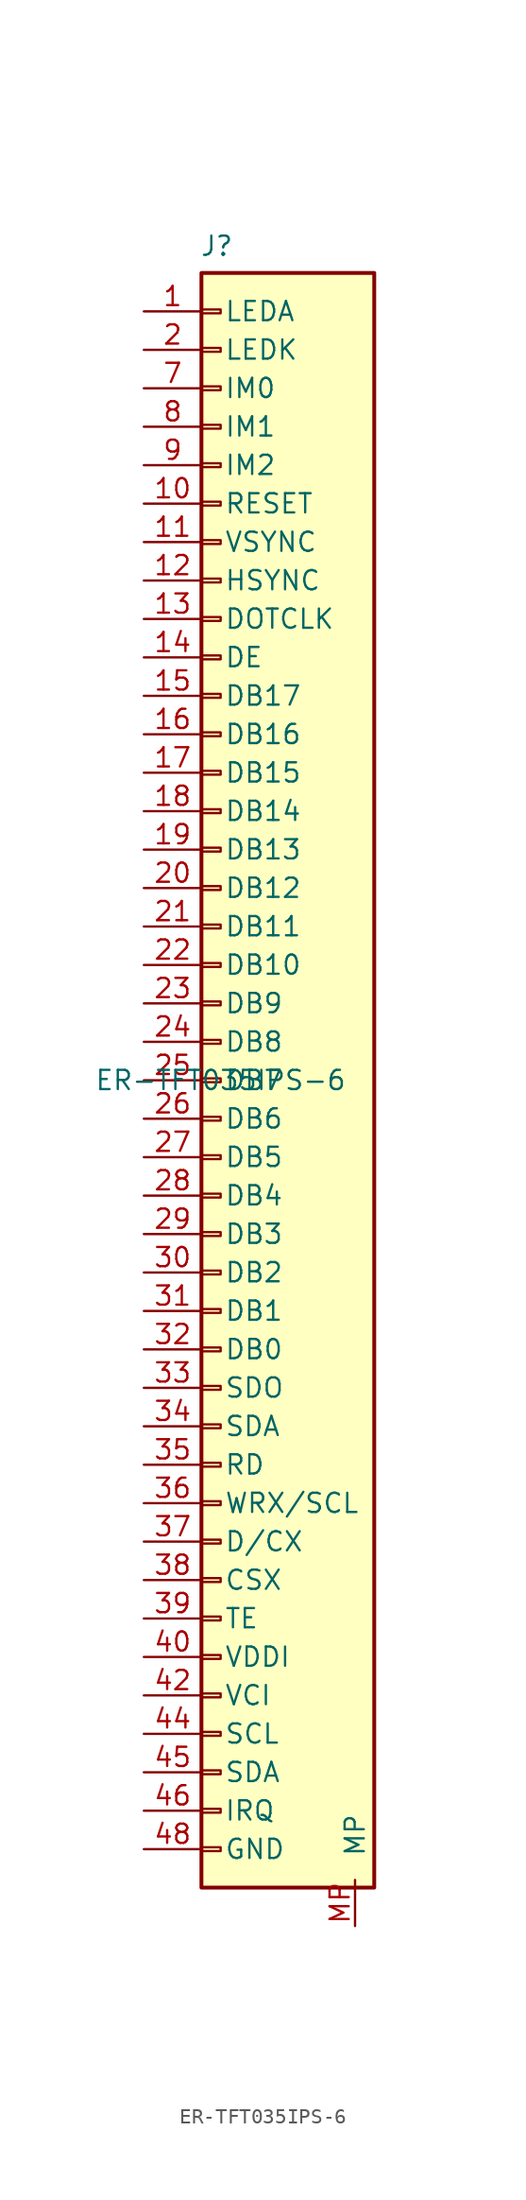
<source format=kicad_sym>
(kicad_symbol_lib
  (version 20241209)
  (generator "kicad_symbol_editor")
  (generator_version "9.0")
  (symbol "ER-TFT035IPS-6"
    (pin_names
      (offset 1.5))
    (property "Reference" "J"
      (at -2.794 55.118 0)
      (effects (font (size 1.27 1.27))))
    (property "Value" "ER-TFT035IPS-6"
      (at -2.54 0 0)
      (effects (font (size 1.27 1.27))))
    (symbol "ER-TFT035IPS-6_1_1"
      (rectangle (start -3.81 53.34) (end 7.62 -53.34) (stroke (width 0.254) (type default)) (fill (type background)))
      (rectangle (start -3.81 50.927) (end -2.54 50.673) (stroke (width 0.152) (type default)) (fill (type none)))
      (rectangle (start -3.81 48.387) (end -2.54 48.133) (stroke (width 0.152) (type default)) (fill (type none)))
      (rectangle (start -3.81 45.847) (end -2.54 45.593) (stroke (width 0.152) (type default)) (fill (type none)))
      (rectangle (start -3.81 43.307) (end -2.54 43.053) (stroke (width 0.152) (type default)) (fill (type none)))
      (rectangle (start -3.81 40.767) (end -2.54 40.513) (stroke (width 0.152) (type default)) (fill (type none)))
      (rectangle (start -3.81 38.227) (end -2.54 37.973) (stroke (width 0.152) (type default)) (fill (type none)))
      (rectangle (start -3.81 35.687) (end -2.54 35.433) (stroke (width 0.152) (type default)) (fill (type none)))
      (rectangle (start -3.81 33.147) (end -2.54 32.893) (stroke (width 0.152) (type default)) (fill (type none)))
      (rectangle (start -3.81 30.607) (end -2.54 30.353) (stroke (width 0.152) (type default)) (fill (type none)))
      (rectangle (start -3.81 28.067) (end -2.54 27.813) (stroke (width 0.152) (type default)) (fill (type none)))
      (rectangle (start -3.81 25.527) (end -2.54 25.273) (stroke (width 0.152) (type default)) (fill (type none)))
      (rectangle (start -3.81 22.987) (end -2.54 22.733) (stroke (width 0.152) (type default)) (fill (type none)))
      (rectangle (start -3.81 20.447) (end -2.54 20.193) (stroke (width 0.152) (type default)) (fill (type none)))
      (rectangle (start -3.81 17.907) (end -2.54 17.653) (stroke (width 0.152) (type default)) (fill (type none)))
      (rectangle (start -3.81 15.367) (end -2.54 15.113) (stroke (width 0.152) (type default)) (fill (type none)))
      (rectangle (start -3.81 12.827) (end -2.54 12.573) (stroke (width 0.152) (type default)) (fill (type none)))
      (rectangle (start -3.81 10.287) (end -2.54 10.033) (stroke (width 0.152) (type default)) (fill (type none)))
      (rectangle (start -3.81 7.747) (end -2.54 7.493) (stroke (width 0.152) (type default)) (fill (type none)))
      (rectangle (start -3.81 5.207) (end -2.54 4.953) (stroke (width 0.152) (type default)) (fill (type none)))
      (rectangle (start -3.81 2.667) (end -2.54 2.413) (stroke (width 0.152) (type default)) (fill (type none)))
      (rectangle (start -3.81 0.127) (end -2.54 -0.127) (stroke (width 0.152) (type default)) (fill (type none)))
      (rectangle (start -3.81 -2.413) (end -2.54 -2.667) (stroke (width 0.152) (type default)) (fill (type none)))
      (rectangle (start -3.81 -4.953) (end -2.54 -5.207) (stroke (width 0.152) (type default)) (fill (type none)))
      (rectangle (start -3.81 -7.493) (end -2.54 -7.747) (stroke (width 0.152) (type default)) (fill (type none)))
      (rectangle (start -3.81 -10.033) (end -2.54 -10.287) (stroke (width 0.152) (type default)) (fill (type none)))
      (rectangle (start -3.81 -12.573) (end -2.54 -12.827) (stroke (width 0.152) (type default)) (fill (type none)))
      (rectangle (start -3.81 -15.113) (end -2.54 -15.367) (stroke (width 0.152) (type default)) (fill (type none)))
      (rectangle (start -3.81 -17.653) (end -2.54 -17.907) (stroke (width 0.152) (type default)) (fill (type none)))
      (rectangle (start -3.81 -20.193) (end -2.54 -20.447) (stroke (width 0.152) (type default)) (fill (type none)))
      (rectangle (start -3.81 -22.733) (end -2.54 -22.987) (stroke (width 0.152) (type default)) (fill (type none)))
      (rectangle (start -3.81 -25.273) (end -2.54 -25.527) (stroke (width 0.152) (type default)) (fill (type none)))
      (rectangle (start -3.81 -27.813) (end -2.54 -28.067) (stroke (width 0.152) (type default)) (fill (type none)))
      (rectangle (start -3.81 -30.353) (end -2.54 -30.607) (stroke (width 0.152) (type default)) (fill (type none)))
      (rectangle (start -3.81 -32.893) (end -2.54 -33.147) (stroke (width 0.152) (type default)) (fill (type none)))
      (rectangle (start -3.81 -35.433) (end -2.54 -35.687) (stroke (width 0.152) (type default)) (fill (type none)))
      (rectangle (start -3.81 -37.973) (end -2.54 -38.227) (stroke (width 0.152) (type default)) (fill (type none)))
      (rectangle (start -3.81 -40.513) (end -2.54 -40.767) (stroke (width 0.152) (type default)) (fill (type none)))
      (rectangle (start -3.81 -43.053) (end -2.54 -43.307) (stroke (width 0.152) (type default)) (fill (type none)))
      (rectangle (start -3.81 -45.593) (end -2.54 -45.847) (stroke (width 0.152) (type default)) (fill (type none)))
      (rectangle (start -3.81 -48.133) (end -2.54 -48.387) (stroke (width 0.152) (type default)) (fill (type none)))
      (rectangle (start -3.81 -50.673) (end -2.54 -50.927) (stroke (width 0.152) (type default)) (fill (type none)))
      (pin passive line (at -7.62 50.8 0) (length 3.81) (name "LEDA" (effects (font (size 1.27 1.27)))) (number "1" (effects (font (size 1.27 1.27)))))
      (pin passive line (at -7.62 48.26 0) (length 3.81) (name "LEDK" (effects (font (size 1.27 1.27)))) (number "2" (effects (font (size 1.27 1.27)))))
      (pin passive line (at -7.62 48.26 0) (length 3.81) (hide yes) (name "LEDK" (effects (font (size 1.27 1.27)))) (number "3" (effects (font (size 1.27 1.27)))))
      (pin passive line (at -7.62 45.72 0) (length 3.81) (name "IM0" (effects (font (size 1.27 1.27)))) (number "7" (effects (font (size 1.27 1.27)))))
      (pin passive line (at -7.62 43.18 0) (length 3.81) (name "IM1" (effects (font (size 1.27 1.27)))) (number "8" (effects (font (size 1.27 1.27)))))
      (pin passive line (at -7.62 40.64 0) (length 3.81) (name "IM2" (effects (font (size 1.27 1.27)))) (number "9" (effects (font (size 1.27 1.27)))))
      (pin passive line (at -7.62 38.1 0) (length 3.81) (name "RESET" (effects (font (size 1.27 1.27)))) (number "10" (effects (font (size 1.27 1.27)))))
      (pin passive line (at -7.62 38.1 0) (length 3.81) (hide yes) (name "RST" (effects (font (size 1.27 1.27)))) (number "47" (effects (font (size 1.27 1.27)))))
      (pin passive line (at -7.62 35.56 0) (length 3.81) (name "VSYNC" (effects (font (size 1.27 1.27)))) (number "11" (effects (font (size 1.27 1.27)))))
      (pin passive line (at -7.62 33.02 0) (length 3.81) (name "HSYNC" (effects (font (size 1.27 1.27)))) (number "12" (effects (font (size 1.27 1.27)))))
      (pin passive line (at -7.62 30.48 0) (length 3.81) (name "DOTCLK" (effects (font (size 1.27 1.27)))) (number "13" (effects (font (size 1.27 1.27)))))
      (pin passive line (at -7.62 27.94 0) (length 3.81) (name "DE" (effects (font (size 1.27 1.27)))) (number "14" (effects (font (size 1.27 1.27)))))
      (pin passive line (at -7.62 25.4 0) (length 3.81) (name "DB17" (effects (font (size 1.27 1.27)))) (number "15" (effects (font (size 1.27 1.27)))))
      (pin passive line (at -7.62 22.86 0) (length 3.81) (name "DB16" (effects (font (size 1.27 1.27)))) (number "16" (effects (font (size 1.27 1.27)))))
      (pin passive line (at -7.62 20.32 0) (length 3.81) (name "DB15" (effects (font (size 1.27 1.27)))) (number "17" (effects (font (size 1.27 1.27)))))
      (pin passive line (at -7.62 17.78 0) (length 3.81) (name "DB14" (effects (font (size 1.27 1.27)))) (number "18" (effects (font (size 1.27 1.27)))))
      (pin passive line (at -7.62 15.24 0) (length 3.81) (name "DB13" (effects (font (size 1.27 1.27)))) (number "19" (effects (font (size 1.27 1.27)))))
      (pin passive line (at -7.62 12.7 0) (length 3.81) (name "DB12" (effects (font (size 1.27 1.27)))) (number "20" (effects (font (size 1.27 1.27)))))
      (pin passive line (at -7.62 10.16 0) (length 3.81) (name "DB11" (effects (font (size 1.27 1.27)))) (number "21" (effects (font (size 1.27 1.27)))))
      (pin passive line (at -7.62 7.62 0) (length 3.81) (name "DB10" (effects (font (size 1.27 1.27)))) (number "22" (effects (font (size 1.27 1.27)))))
      (pin passive line (at -7.62 5.08 0) (length 3.81) (name "DB9" (effects (font (size 1.27 1.27)))) (number "23" (effects (font (size 1.27 1.27)))))
      (pin passive line (at -7.62 2.54 0) (length 3.81) (name "DB8" (effects (font (size 1.27 1.27)))) (number "24" (effects (font (size 1.27 1.27)))))
      (pin passive line (at -7.62 0 0) (length 3.81) (name "DB7" (effects (font (size 1.27 1.27)))) (number "25" (effects (font (size 1.27 1.27)))))
      (pin passive line (at -7.62 -2.54 0) (length 3.81) (name "DB6" (effects (font (size 1.27 1.27)))) (number "26" (effects (font (size 1.27 1.27)))))
      (pin passive line (at -7.62 -5.08 0) (length 3.81) (name "DB5" (effects (font (size 1.27 1.27)))) (number "27" (effects (font (size 1.27 1.27)))))
      (pin passive line (at -7.62 -7.62 0) (length 3.81) (name "DB4" (effects (font (size 1.27 1.27)))) (number "28" (effects (font (size 1.27 1.27)))))
      (pin passive line (at -7.62 -10.16 0) (length 3.81) (name "DB3" (effects (font (size 1.27 1.27)))) (number "29" (effects (font (size 1.27 1.27)))))
      (pin passive line (at -7.62 -12.7 0) (length 3.81) (name "DB2" (effects (font (size 1.27 1.27)))) (number "30" (effects (font (size 1.27 1.27)))))
      (pin passive line (at -7.62 -15.24 0) (length 3.81) (name "DB1" (effects (font (size 1.27 1.27)))) (number "31" (effects (font (size 1.27 1.27)))))
      (pin passive line (at -7.62 -17.78 0) (length 3.81) (name "DB0" (effects (font (size 1.27 1.27)))) (number "32" (effects (font (size 1.27 1.27)))))
      (pin passive line (at -7.62 -20.32 0) (length 3.81) (name "SDO" (effects (font (size 1.27 1.27)))) (number "33" (effects (font (size 1.27 1.27)))))
      (pin passive line (at -7.62 -22.86 0) (length 3.81) (name "SDA" (effects (font (size 1.27 1.27)))) (number "34" (effects (font (size 1.27 1.27)))))
      (pin passive line (at -7.62 -25.4 0) (length 3.81) (name "RD" (effects (font (size 1.27 1.27)))) (number "35" (effects (font (size 1.27 1.27)))))
      (pin passive line (at -7.62 -27.94 0) (length 3.81) (name "WRX/SCL" (effects (font (size 1.27 1.27)))) (number "36" (effects (font (size 1.27 1.27)))))
      (pin passive line (at -7.62 -30.48 0) (length 3.81) (name "D/CX" (effects (font (size 1.27 1.27)))) (number "37" (effects (font (size 1.27 1.27)))))
      (pin passive line (at -7.62 -33.02 0) (length 3.81) (name "CSX" (effects (font (size 1.27 1.27)))) (number "38" (effects (font (size 1.27 1.27)))))
      (pin passive line (at -7.62 -35.56 0) (length 3.81) (name "TE" (effects (font (size 1.27 1.27)))) (number "39" (effects (font (size 1.27 1.27)))))
      (pin passive line (at -7.62 -38.1 0) (length 3.81) (name "VDDI" (effects (font (size 1.27 1.27)))) (number "40" (effects (font (size 1.27 1.27)))))
      (pin passive line (at -7.62 -38.1 0) (length 3.81) (hide yes) (name "VDDI" (effects (font (size 1.27 1.27)))) (number "41" (effects (font (size 1.27 1.27)))))
      (pin passive line (at -7.62 -40.64 0) (length 3.81) (name "VCI" (effects (font (size 1.27 1.27)))) (number "42" (effects (font (size 1.27 1.27)))))
      (pin passive line (at -7.62 -43.18 0) (length 3.81) (name "SCL" (effects (font (size 1.27 1.27)))) (number "44" (effects (font (size 1.27 1.27)))))
      (pin passive line (at -7.62 -45.72 0) (length 3.81) (name "SDA" (effects (font (size 1.27 1.27)))) (number "45" (effects (font (size 1.27 1.27)))))
      (pin passive line (at -7.62 -48.26 0) (length 3.81) (name "IRQ" (effects (font (size 1.27 1.27)))) (number "46" (effects (font (size 1.27 1.27)))))
      (pin passive line (at -7.62 -50.8 0) (length 3.81) (hide yes) (name "GND" (effects (font (size 1.27 1.27)))) (number "43" (effects (font (size 1.27 1.27)))))
      (pin passive line (at -7.62 -50.8 0) (length 3.81) (name "GND" (effects (font (size 1.27 1.27)))) (number "48" (effects (font (size 1.27 1.27)))))
      (pin passive line (at -7.62 -50.8 0) (length 3.81) (hide yes) (name "GND" (effects (font (size 1.27 1.27)))) (number "49" (effects (font (size 1.27 1.27)))))
      (pin passive line (at -7.62 -50.8 0) (length 3.81) (hide yes) (name "GND" (effects (font (size 1.27 1.27)))) (number "50" (effects (font (size 1.27 1.27)))))
      (pin passive line (at 6.35 -55.88 90) (length 3.048) (name "MP" (effects (font (size 1.27 1.27)))) (number "MP" (effects (font (size 1.27 1.27)))))
      (pin no_connect line (at 11.43 45.72 180) (length 3.81) (hide yes) (name "NC" (effects (font (size 1.27 1.27)))) (number "4" (effects (font (size 1.27 1.27)))))
      (pin no_connect line (at 11.43 43.18 180) (length 3.81) (hide yes) (name "NC" (effects (font (size 1.27 1.27)))) (number "5" (effects (font (size 1.27 1.27)))))
      (pin no_connect line (at 11.43 40.64 180) (length 3.81) (hide yes) (name "NC" (effects (font (size 1.27 1.27)))) (number "6" (effects (font (size 1.27 1.27))))))))
</source>
